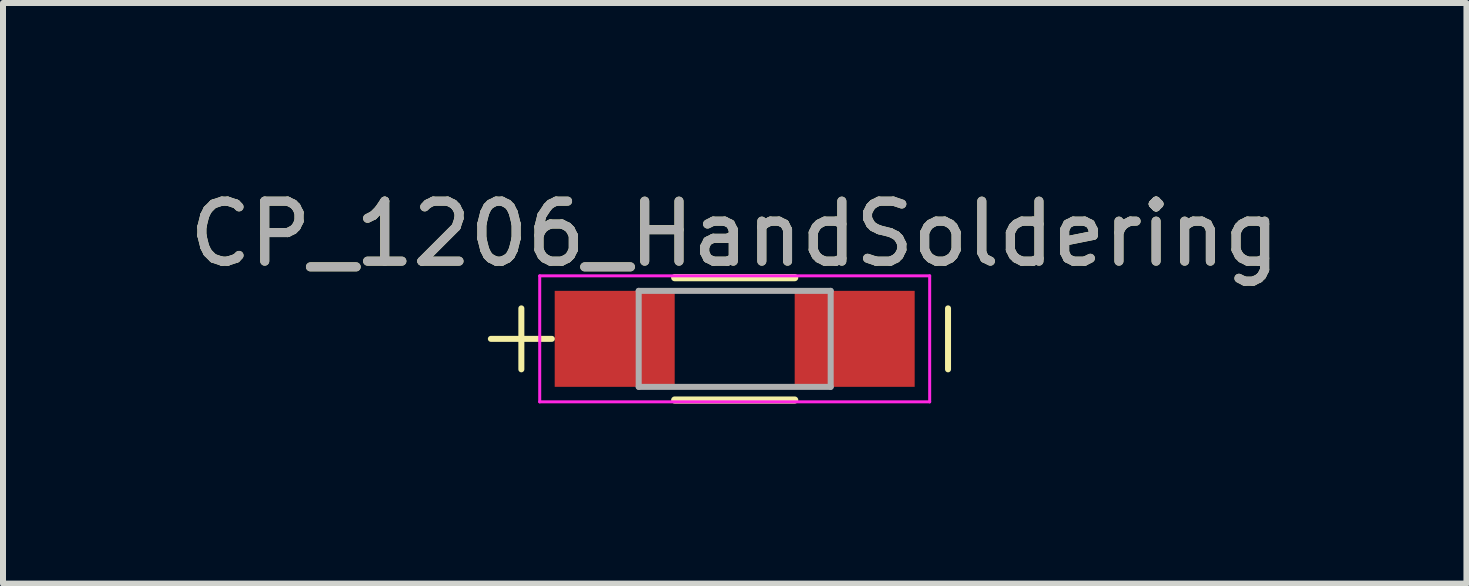
<source format=kicad_pcb>
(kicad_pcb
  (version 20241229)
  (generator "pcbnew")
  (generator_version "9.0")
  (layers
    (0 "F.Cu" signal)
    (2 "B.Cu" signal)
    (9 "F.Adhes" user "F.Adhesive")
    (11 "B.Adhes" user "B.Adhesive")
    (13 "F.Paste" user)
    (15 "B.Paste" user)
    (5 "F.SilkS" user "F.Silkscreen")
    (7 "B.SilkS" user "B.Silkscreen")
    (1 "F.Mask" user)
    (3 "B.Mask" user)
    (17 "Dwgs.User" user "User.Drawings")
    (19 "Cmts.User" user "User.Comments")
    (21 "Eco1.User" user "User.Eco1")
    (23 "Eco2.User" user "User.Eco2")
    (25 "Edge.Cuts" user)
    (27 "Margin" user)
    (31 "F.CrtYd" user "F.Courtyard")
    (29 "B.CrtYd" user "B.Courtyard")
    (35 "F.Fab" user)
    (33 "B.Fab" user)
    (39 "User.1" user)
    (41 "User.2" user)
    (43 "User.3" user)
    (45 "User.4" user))
  (footprint "CP_1206_HandSoldering"
    (layer "F.Cu")
    (at 9.196 2.598)
    (property "Reference" "CP_1206_HandSoldering" (at 0 -1.75 0) (layer "F.SilkS") (effects (font (size 1 1) (thickness 0.15))))
    (attr smd)
    (fp_line (start -3.556 -0.508) (end -3.556 0.508) (stroke (width 0.1) (type solid)) (layer "F.SilkS"))
    (fp_line (start -3.048 0) (end -4.064 0) (stroke (width 0.1) (type solid)) (layer "F.SilkS"))
    (fp_line (start -1 1.02) (end 1 1.02) (stroke (width 0.12) (type solid)) (layer "F.SilkS"))
    (fp_line (start 1 -1.02) (end -1 -1.02) (stroke (width 0.12) (type solid)) (layer "F.SilkS"))
    (fp_line (start 3.556 -0.508) (end 3.556 0.508) (stroke (width 0.1) (type solid)) (layer "F.SilkS"))
    (fp_line (start -3.25 -1.05) (end -3.25 1.05) (stroke (width 0.05) (type solid)) (layer "F.CrtYd"))
    (fp_line (start -3.25 -1.05) (end 3.25 -1.05) (stroke (width 0.05) (type solid)) (layer "F.CrtYd"))
    (fp_line (start 3.25 1.05) (end -3.25 1.05) (stroke (width 0.05) (type solid)) (layer "F.CrtYd"))
    (fp_line (start 3.25 1.05) (end 3.25 -1.05) (stroke (width 0.05) (type solid)) (layer "F.CrtYd"))
    (fp_line (start -1.6 -0.8) (end 1.6 -0.8) (stroke (width 0.1) (type solid)) (layer "F.Fab"))
    (fp_line (start -1.6 0.8) (end -1.6 -0.8) (stroke (width 0.1) (type solid)) (layer "F.Fab"))
    (fp_line (start 1.6 -0.8) (end 1.6 0.8) (stroke (width 0.1) (type solid)) (layer "F.Fab"))
    (fp_line (start 1.6 0.8) (end -1.6 0.8) (stroke (width 0.1) (type solid)) (layer "F.Fab"))
    (fp_text user "${REFERENCE}" (at 0 -1.75 0) (layer "F.Fab") (effects (font (size 1 1) (thickness 0.15))))
    (pad "1" smd rect (at -2 0) (size 2 1.6) (layers "F.Cu" "F.Mask" "F.Paste"))
    (pad "2" smd rect (at 2 0) (size 2 1.6) (layers "F.Cu" "F.Mask" "F.Paste")))
  (gr_rect
    (start -3 -3)
    (end 21.393 6.678)
    (stroke (width 0.1) (type default))
    (fill no)
    (layer "Edge.Cuts")))
</source>
